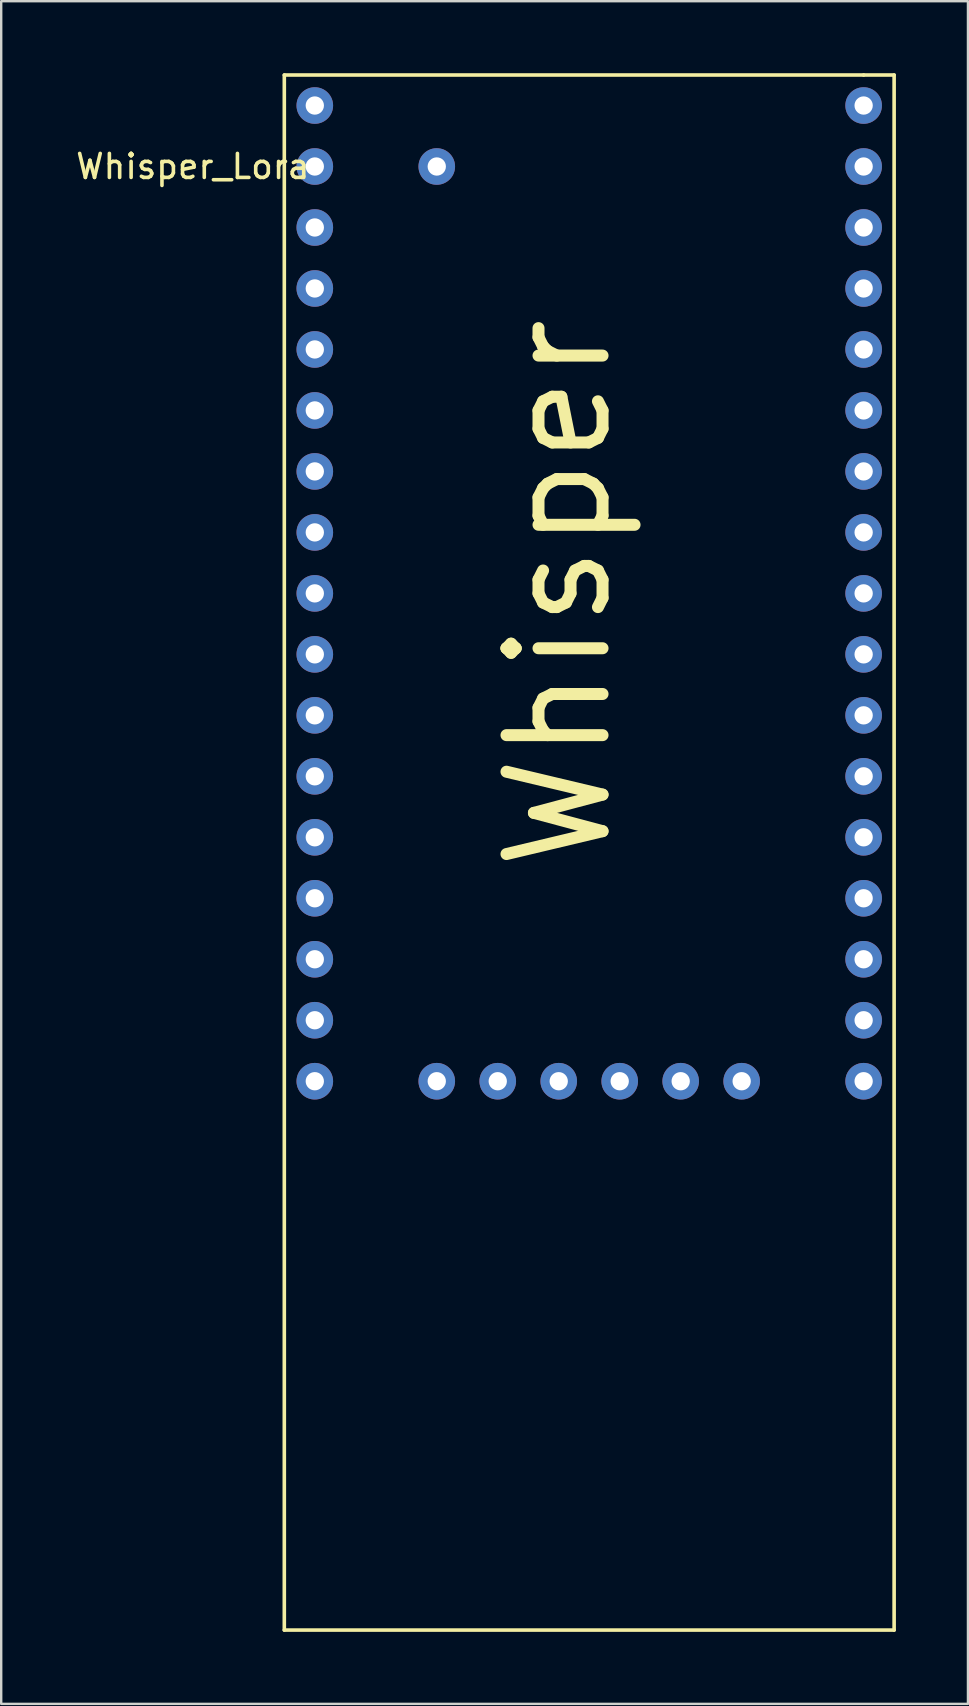
<source format=kicad_pcb>
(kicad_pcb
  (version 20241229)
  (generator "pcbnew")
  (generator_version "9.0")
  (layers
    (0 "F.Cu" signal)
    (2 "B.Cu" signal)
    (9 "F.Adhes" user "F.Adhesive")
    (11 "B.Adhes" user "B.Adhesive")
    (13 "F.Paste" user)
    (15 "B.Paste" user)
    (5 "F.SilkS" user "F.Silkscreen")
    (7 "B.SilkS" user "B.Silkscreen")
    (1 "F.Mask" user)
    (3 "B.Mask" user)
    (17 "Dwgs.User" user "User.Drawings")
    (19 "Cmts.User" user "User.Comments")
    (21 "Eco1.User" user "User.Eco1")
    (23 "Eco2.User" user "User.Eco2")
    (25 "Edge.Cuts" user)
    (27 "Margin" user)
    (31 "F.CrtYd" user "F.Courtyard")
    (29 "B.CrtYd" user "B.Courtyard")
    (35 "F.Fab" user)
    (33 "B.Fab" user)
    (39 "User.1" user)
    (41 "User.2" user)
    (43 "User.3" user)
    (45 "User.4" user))
  (footprint "Whisper_Lora"
    (layer "F.Cu")
    (at 10.062 1.345)
    (property "Reference" "Whisper_Lora" (at -5.08 2.54 0) (layer "F.SilkS") (effects (font (size 1 1) (thickness 0.15))))
    (attr through_hole)
    (fp_line (start -1.27 -1.27) (end 22.86 -1.27) (stroke (width 0.15) (type solid)) (layer "F.SilkS"))
    (fp_line (start -1.27 63.5) (end -1.27 -1.27) (stroke (width 0.15) (type solid)) (layer "F.SilkS"))
    (fp_line (start 22.86 -1.27) (end 24.13 -1.27) (stroke (width 0.15) (type solid)) (layer "F.SilkS"))
    (fp_line (start 24.13 -1.27) (end 24.13 63.5) (stroke (width 0.15) (type solid)) (layer "F.SilkS"))
    (fp_line (start 24.13 63.5) (end -1.27 63.5) (stroke (width 0.15) (type solid)) (layer "F.SilkS"))
    (fp_text user "Whisper" (at 10.16 20.32 90) (layer "F.SilkS") (effects (font (size 4 4) (thickness 0.5))))
    (pad "1" thru_hole circle (at 0 0) (size 1.524 1.524) (drill 0.762) (layers "*.Cu" "*.Mask"))
    (pad "2" thru_hole circle (at 0 2.54) (size 1.524 1.524) (drill 0.762) (layers "*.Cu" "*.Mask"))
    (pad "3" thru_hole circle (at 0 5.08) (size 1.524 1.524) (drill 0.762) (layers "*.Cu" "*.Mask"))
    (pad "4" thru_hole circle (at 0 7.62) (size 1.524 1.524) (drill 0.762) (layers "*.Cu" "*.Mask"))
    (pad "5" thru_hole circle (at 0 10.16) (size 1.524 1.524) (drill 0.762) (layers "*.Cu" "*.Mask"))
    (pad "6" thru_hole circle (at 0 12.7) (size 1.524 1.524) (drill 0.762) (layers "*.Cu" "*.Mask"))
    (pad "7" thru_hole circle (at 0 15.24) (size 1.524 1.524) (drill 0.762) (layers "*.Cu" "*.Mask"))
    (pad "8" thru_hole circle (at 0 17.78) (size 1.524 1.524) (drill 0.762) (layers "*.Cu" "*.Mask"))
    (pad "9" thru_hole circle (at 0 20.32) (size 1.524 1.524) (drill 0.762) (layers "*.Cu" "*.Mask"))
    (pad "10" thru_hole circle (at 0 22.86) (size 1.524 1.524) (drill 0.762) (layers "*.Cu" "*.Mask"))
    (pad "11" thru_hole circle (at 0 25.4) (size 1.524 1.524) (drill 0.762) (layers "*.Cu" "*.Mask"))
    (pad "12" thru_hole circle (at 0 27.94) (size 1.524 1.524) (drill 0.762) (layers "*.Cu" "*.Mask"))
    (pad "13" thru_hole circle (at 0 30.48) (size 1.524 1.524) (drill 0.762) (layers "*.Cu" "*.Mask"))
    (pad "14" thru_hole circle (at 0 33.02) (size 1.524 1.524) (drill 0.762) (layers "*.Cu" "*.Mask"))
    (pad "15" thru_hole circle (at 0 35.56) (size 1.524 1.524) (drill 0.762) (layers "*.Cu" "*.Mask"))
    (pad "16" thru_hole circle (at 0 38.1) (size 1.524 1.524) (drill 0.762) (layers "*.Cu" "*.Mask"))
    (pad "17" thru_hole circle (at 0 40.64) (size 1.524 1.524) (drill 0.762) (layers "*.Cu" "*.Mask"))
    (pad "22" thru_hole circle (at 5.08 40.64) (size 1.524 1.524) (drill 0.762) (layers "*.Cu" "*.Mask"))
    (pad "23" thru_hole circle (at 7.62 40.64) (size 1.524 1.524) (drill 0.762) (layers "*.Cu" "*.Mask"))
    (pad "24" thru_hole circle (at 10.16 40.64) (size 1.524 1.524) (drill 0.762) (layers "*.Cu" "*.Mask"))
    (pad "25" thru_hole circle (at 12.7 40.64) (size 1.524 1.524) (drill 0.762) (layers "*.Cu" "*.Mask"))
    (pad "26" thru_hole circle (at 15.24 40.64) (size 1.524 1.524) (drill 0.762) (layers "*.Cu" "*.Mask"))
    (pad "27" thru_hole circle (at 17.78 40.64) (size 1.524 1.524) (drill 0.762) (layers "*.Cu" "*.Mask"))
    (pad "29" thru_hole circle (at 22.86 40.64) (size 1.524 1.524) (drill 0.762) (layers "*.Cu" "*.Mask"))
    (pad "30" thru_hole circle (at 22.86 38.1) (size 1.524 1.524) (drill 0.762) (layers "*.Cu" "*.Mask"))
    (pad "31" thru_hole circle (at 22.86 35.56) (size 1.524 1.524) (drill 0.762) (layers "*.Cu" "*.Mask"))
    (pad "32" thru_hole circle (at 22.86 33.02) (size 1.524 1.524) (drill 0.762) (layers "*.Cu" "*.Mask"))
    (pad "33" thru_hole circle (at 22.86 30.48) (size 1.524 1.524) (drill 0.762) (layers "*.Cu" "*.Mask"))
    (pad "34" thru_hole circle (at 22.86 27.94) (size 1.524 1.524) (drill 0.762) (layers "*.Cu" "*.Mask"))
    (pad "35" thru_hole circle (at 22.86 25.4) (size 1.524 1.524) (drill 0.762) (layers "*.Cu" "*.Mask"))
    (pad "36" thru_hole circle (at 22.86 22.86) (size 1.524 1.524) (drill 0.762) (layers "*.Cu" "*.Mask"))
    (pad "37" thru_hole circle (at 22.86 20.32) (size 1.524 1.524) (drill 0.762) (layers "*.Cu" "*.Mask"))
    (pad "38" thru_hole circle (at 22.86 17.78) (size 1.524 1.524) (drill 0.762) (layers "*.Cu" "*.Mask"))
    (pad "39" thru_hole circle (at 22.86 15.24) (size 1.524 1.524) (drill 0.762) (layers "*.Cu" "*.Mask"))
    (pad "40" thru_hole circle (at 22.86 12.7) (size 1.524 1.524) (drill 0.762) (layers "*.Cu" "*.Mask"))
    (pad "41" thru_hole circle (at 22.86 10.16) (size 1.524 1.524) (drill 0.762) (layers "*.Cu" "*.Mask"))
    (pad "42" thru_hole circle (at 22.86 7.62) (size 1.524 1.524) (drill 0.762) (layers "*.Cu" "*.Mask"))
    (pad "43" thru_hole circle (at 22.86 5.08) (size 1.524 1.524) (drill 0.762) (layers "*.Cu" "*.Mask"))
    (pad "44" thru_hole circle (at 22.86 2.54) (size 1.524 1.524) (drill 0.762) (layers "*.Cu" "*.Mask"))
    (pad "45" thru_hole circle (at 22.86 0) (size 1.524 1.524) (drill 0.762) (layers "*.Cu" "*.Mask"))
    (pad "46" thru_hole circle (at 5.08 2.54) (size 1.524 1.524) (drill 0.762) (layers "*.Cu" "*.Mask")))
  (gr_rect
    (start -3 -3)
    (end 37.267 67.92)
    (stroke (width 0.1) (type default))
    (fill no)
    (layer "Edge.Cuts")))
</source>
